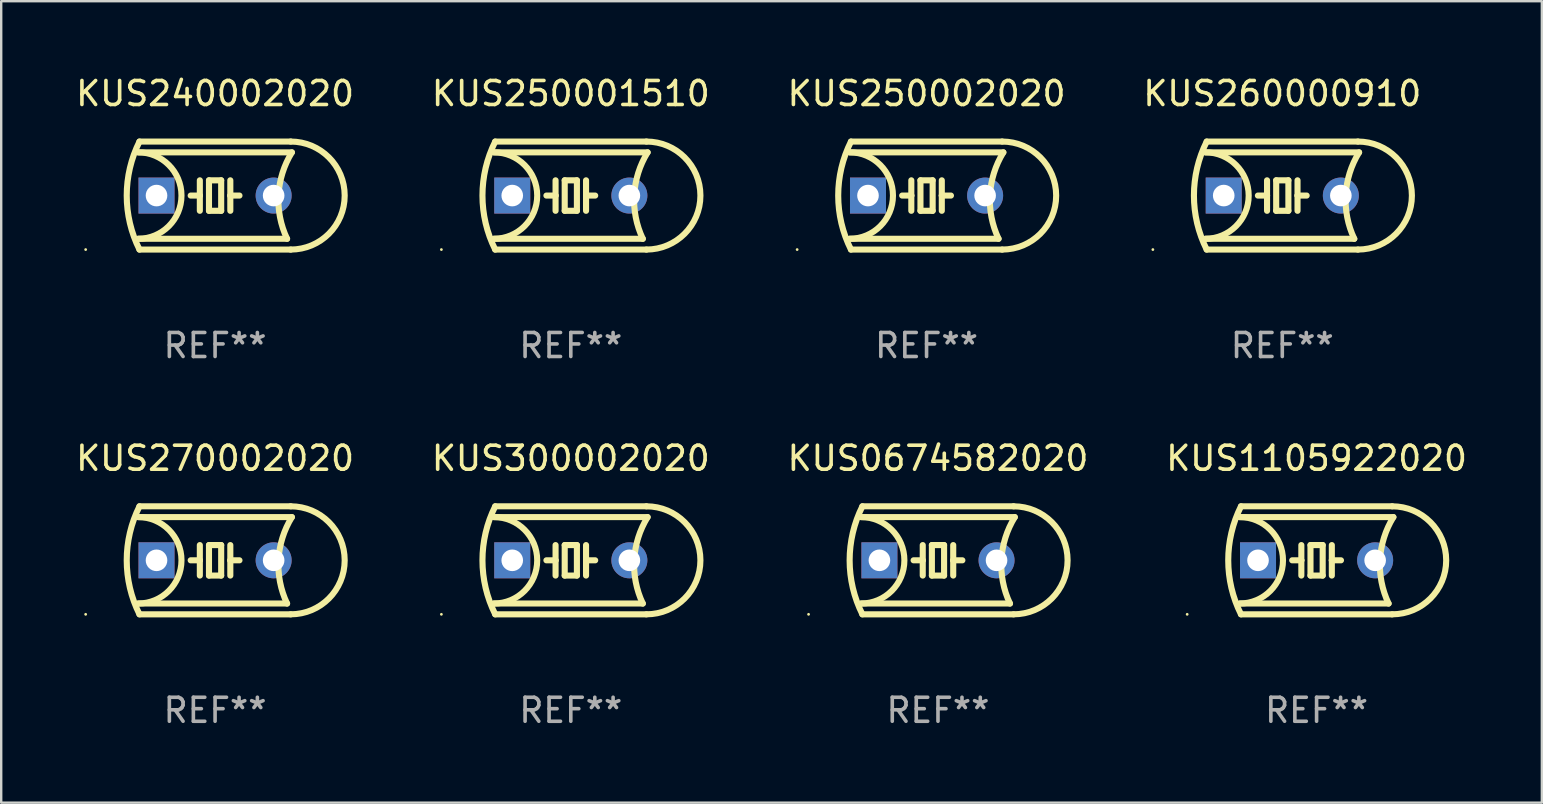
<source format=kicad_pcb>
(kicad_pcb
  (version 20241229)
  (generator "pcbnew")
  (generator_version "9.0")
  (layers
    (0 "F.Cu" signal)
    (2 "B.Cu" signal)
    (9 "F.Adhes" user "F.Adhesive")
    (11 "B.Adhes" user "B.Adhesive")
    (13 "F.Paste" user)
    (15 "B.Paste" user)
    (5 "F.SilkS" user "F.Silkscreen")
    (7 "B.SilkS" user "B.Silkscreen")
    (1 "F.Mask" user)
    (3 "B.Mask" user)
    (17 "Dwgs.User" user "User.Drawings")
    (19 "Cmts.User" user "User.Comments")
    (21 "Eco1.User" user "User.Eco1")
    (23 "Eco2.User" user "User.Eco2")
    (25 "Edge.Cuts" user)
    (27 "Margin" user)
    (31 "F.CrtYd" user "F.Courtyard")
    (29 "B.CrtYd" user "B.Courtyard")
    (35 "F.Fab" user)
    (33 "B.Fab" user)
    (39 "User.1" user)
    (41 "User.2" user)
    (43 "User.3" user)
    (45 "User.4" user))
  (footprint "KUS260000910"
    (layer "F.Cu")
    (at 50.375 5.098)
    (property "Reference" "KUS260000910" (at 0 -4.25 0) (layer "F.SilkS") (effects (font (size 1 1) (thickness 0.15))))
    (attr through_hole)
    (fp_line (start -3.2 -1.8) (end 3.2 -1.8) (stroke (width 0.254) (type solid)) (layer "F.SilkS"))
    (fp_line (start -3.15 2.25) (end 3.15 2.25) (stroke (width 0.254) (type solid)) (layer "F.SilkS"))
    (fp_line (start -0.635 -0.635) (end -0.635 0) (stroke (width 0.254) (type solid)) (layer "F.SilkS"))
    (fp_line (start -0.635 0) (end -1.016 0) (stroke (width 0.254) (type solid)) (layer "F.SilkS"))
    (fp_line (start -0.635 0) (end -0.635 0.635) (stroke (width 0.254) (type solid)) (layer "F.SilkS"))
    (fp_line (start -0.254 -0.635) (end -0.254 0.635) (stroke (width 0.254) (type solid)) (layer "F.SilkS"))
    (fp_line (start -0.254 0.635) (end 0.254 0.635) (stroke (width 0.254) (type solid)) (layer "F.SilkS"))
    (fp_line (start 0.254 -0.635) (end -0.254 -0.635) (stroke (width 0.254) (type solid)) (layer "F.SilkS"))
    (fp_line (start 0.254 0.635) (end 0.254 -0.635) (stroke (width 0.254) (type solid)) (layer "F.SilkS"))
    (fp_line (start 0.635 -0.635) (end 0.635 0) (stroke (width 0.254) (type solid)) (layer "F.SilkS"))
    (fp_line (start 0.635 0) (end 0.635 0.635) (stroke (width 0.254) (type solid)) (layer "F.SilkS"))
    (fp_line (start 0.635 0) (end 1.016 0) (stroke (width 0.254) (type solid)) (layer "F.SilkS"))
    (fp_line (start 3 1.8) (end -3.2 1.8) (stroke (width 0.254) (type solid)) (layer "F.SilkS"))
    (fp_line (start 3.15 -2.25) (end -3.15 -2.25) (stroke (width 0.254) (type solid)) (layer "F.SilkS"))
    (fp_arc (start -3.200406 -1.800864) (mid -1.399974 -0.000635) (end -3.2 1.8) (stroke (width 0.254001) (type solid)) (layer "F.SilkS"))
    (fp_arc (start -3.149606 2.250444) (mid -3.680941 0.000261) (end -3.149987 -2.250013) (stroke (width 0.254001) (type solid)) (layer "F.SilkS"))
    (fp_arc (start 2.999746 1.800863) (mid 2.642982 -0.024977) (end 3.2 -1.8) (stroke (width 0.254001) (type solid)) (layer "F.SilkS"))
    (fp_arc (start 3.149607 -2.250445) (mid 5.399848 -0.000406) (end 3.149987 2.250013) (stroke (width 0.254001) (type solid)) (layer "F.SilkS"))
    (fp_circle (center -5.392 2.25) (end -5.362 2.25) (stroke (width 0.06) (type solid)) (fill no) (layer "F.SilkS"))
    (fp_text user "REF**" (at 0 6.25 0) (layer "F.Fab") (effects (font (size 1 1) (thickness 0.15))))
    (pad "1" thru_hole rect (at -2.44 0) (size 1.5 1.5) (drill 0.9) (layers "*.Cu" "*.Mask"))
    (pad "2" thru_hole circle (at 2.44 0) (size 1.5 1.5) (drill 0.9) (layers "*.Cu" "*.Mask")))
  (footprint "KUS0674582020"
    (layer "F.Cu")
    (at 36.03 20.295)
    (property "Reference" "KUS0674582020" (at 0 -4.25 0) (layer "F.SilkS") (effects (font (size 1 1) (thickness 0.15))))
    (attr through_hole)
    (fp_line (start -3.2 -1.8) (end 3.2 -1.8) (stroke (width 0.254) (type solid)) (layer "F.SilkS"))
    (fp_line (start -3.15 2.25) (end 3.15 2.25) (stroke (width 0.254) (type solid)) (layer "F.SilkS"))
    (fp_line (start -0.635 -0.635) (end -0.635 0) (stroke (width 0.254) (type solid)) (layer "F.SilkS"))
    (fp_line (start -0.635 0) (end -1.016 0) (stroke (width 0.254) (type solid)) (layer "F.SilkS"))
    (fp_line (start -0.635 0) (end -0.635 0.635) (stroke (width 0.254) (type solid)) (layer "F.SilkS"))
    (fp_line (start -0.254 -0.635) (end -0.254 0.635) (stroke (width 0.254) (type solid)) (layer "F.SilkS"))
    (fp_line (start -0.254 0.635) (end 0.254 0.635) (stroke (width 0.254) (type solid)) (layer "F.SilkS"))
    (fp_line (start 0.254 -0.635) (end -0.254 -0.635) (stroke (width 0.254) (type solid)) (layer "F.SilkS"))
    (fp_line (start 0.254 0.635) (end 0.254 -0.635) (stroke (width 0.254) (type solid)) (layer "F.SilkS"))
    (fp_line (start 0.635 -0.635) (end 0.635 0) (stroke (width 0.254) (type solid)) (layer "F.SilkS"))
    (fp_line (start 0.635 0) (end 0.635 0.635) (stroke (width 0.254) (type solid)) (layer "F.SilkS"))
    (fp_line (start 0.635 0) (end 1.016 0) (stroke (width 0.254) (type solid)) (layer "F.SilkS"))
    (fp_line (start 3 1.8) (end -3.2 1.8) (stroke (width 0.254) (type solid)) (layer "F.SilkS"))
    (fp_line (start 3.15 -2.25) (end -3.15 -2.25) (stroke (width 0.254) (type solid)) (layer "F.SilkS"))
    (fp_arc (start -3.200406 -1.800864) (mid -1.399974 -0.000635) (end -3.2 1.8) (stroke (width 0.254001) (type solid)) (layer "F.SilkS"))
    (fp_arc (start -3.149606 2.250444) (mid -3.680941 0.000261) (end -3.149987 -2.250013) (stroke (width 0.254001) (type solid)) (layer "F.SilkS"))
    (fp_arc (start 2.999746 1.800863) (mid 2.642982 -0.024977) (end 3.2 -1.8) (stroke (width 0.254001) (type solid)) (layer "F.SilkS"))
    (fp_arc (start 3.149607 -2.250445) (mid 5.399848 -0.000406) (end 3.149987 2.250013) (stroke (width 0.254001) (type solid)) (layer "F.SilkS"))
    (fp_circle (center -5.392 2.25) (end -5.362 2.25) (stroke (width 0.06) (type solid)) (fill no) (layer "F.SilkS"))
    (fp_text user "REF**" (at 0 6.25 0) (layer "F.Fab") (effects (font (size 1 1) (thickness 0.15))))
    (pad "1" thru_hole rect (at -2.44 0) (size 1.5 1.5) (drill 0.9) (layers "*.Cu" "*.Mask"))
    (pad "2" thru_hole circle (at 2.44 0) (size 1.5 1.5) (drill 0.9) (layers "*.Cu" "*.Mask")))
  (footprint "KUS240002020"
    (layer "F.Cu")
    (at 5.911 5.098)
    (property "Reference" "KUS240002020" (at 0 -4.25 0) (layer "F.SilkS") (effects (font (size 1 1) (thickness 0.15))))
    (attr through_hole)
    (fp_line (start -3.2 -1.8) (end 3.2 -1.8) (stroke (width 0.254) (type solid)) (layer "F.SilkS"))
    (fp_line (start -3.15 2.25) (end 3.15 2.25) (stroke (width 0.254) (type solid)) (layer "F.SilkS"))
    (fp_line (start -0.635 -0.635) (end -0.635 0) (stroke (width 0.254) (type solid)) (layer "F.SilkS"))
    (fp_line (start -0.635 0) (end -1.016 0) (stroke (width 0.254) (type solid)) (layer "F.SilkS"))
    (fp_line (start -0.635 0) (end -0.635 0.635) (stroke (width 0.254) (type solid)) (layer "F.SilkS"))
    (fp_line (start -0.254 -0.635) (end -0.254 0.635) (stroke (width 0.254) (type solid)) (layer "F.SilkS"))
    (fp_line (start -0.254 0.635) (end 0.254 0.635) (stroke (width 0.254) (type solid)) (layer "F.SilkS"))
    (fp_line (start 0.254 -0.635) (end -0.254 -0.635) (stroke (width 0.254) (type solid)) (layer "F.SilkS"))
    (fp_line (start 0.254 0.635) (end 0.254 -0.635) (stroke (width 0.254) (type solid)) (layer "F.SilkS"))
    (fp_line (start 0.635 -0.635) (end 0.635 0) (stroke (width 0.254) (type solid)) (layer "F.SilkS"))
    (fp_line (start 0.635 0) (end 0.635 0.635) (stroke (width 0.254) (type solid)) (layer "F.SilkS"))
    (fp_line (start 0.635 0) (end 1.016 0) (stroke (width 0.254) (type solid)) (layer "F.SilkS"))
    (fp_line (start 3 1.8) (end -3.2 1.8) (stroke (width 0.254) (type solid)) (layer "F.SilkS"))
    (fp_line (start 3.15 -2.25) (end -3.15 -2.25) (stroke (width 0.254) (type solid)) (layer "F.SilkS"))
    (fp_arc (start -3.200406 -1.800864) (mid -1.399974 -0.000635) (end -3.2 1.8) (stroke (width 0.254001) (type solid)) (layer "F.SilkS"))
    (fp_arc (start -3.149606 2.250444) (mid -3.680941 0.000261) (end -3.149987 -2.250013) (stroke (width 0.254001) (type solid)) (layer "F.SilkS"))
    (fp_arc (start 2.999746 1.800863) (mid 2.642982 -0.024977) (end 3.2 -1.8) (stroke (width 0.254001) (type solid)) (layer "F.SilkS"))
    (fp_arc (start 3.149607 -2.250445) (mid 5.399848 -0.000406) (end 3.149987 2.250013) (stroke (width 0.254001) (type solid)) (layer "F.SilkS"))
    (fp_circle (center -5.392 2.25) (end -5.362 2.25) (stroke (width 0.06) (type solid)) (fill no) (layer "F.SilkS"))
    (fp_text user "REF**" (at 0 6.25 0) (layer "F.Fab") (effects (font (size 1 1) (thickness 0.15))))
    (pad "1" thru_hole rect (at -2.44 0) (size 1.5 1.5) (drill 0.9) (layers "*.Cu" "*.Mask"))
    (pad "2" thru_hole circle (at 2.44 0) (size 1.5 1.5) (drill 0.9) (layers "*.Cu" "*.Mask")))
  (footprint "KUS300002020"
    (layer "F.Cu")
    (at 20.732 20.295)
    (property "Reference" "KUS300002020" (at 0 -4.25 0) (layer "F.SilkS") (effects (font (size 1 1) (thickness 0.15))))
    (attr through_hole)
    (fp_line (start -3.2 -1.8) (end 3.2 -1.8) (stroke (width 0.254) (type solid)) (layer "F.SilkS"))
    (fp_line (start -3.15 2.25) (end 3.15 2.25) (stroke (width 0.254) (type solid)) (layer "F.SilkS"))
    (fp_line (start -0.635 -0.635) (end -0.635 0) (stroke (width 0.254) (type solid)) (layer "F.SilkS"))
    (fp_line (start -0.635 0) (end -1.016 0) (stroke (width 0.254) (type solid)) (layer "F.SilkS"))
    (fp_line (start -0.635 0) (end -0.635 0.635) (stroke (width 0.254) (type solid)) (layer "F.SilkS"))
    (fp_line (start -0.254 -0.635) (end -0.254 0.635) (stroke (width 0.254) (type solid)) (layer "F.SilkS"))
    (fp_line (start -0.254 0.635) (end 0.254 0.635) (stroke (width 0.254) (type solid)) (layer "F.SilkS"))
    (fp_line (start 0.254 -0.635) (end -0.254 -0.635) (stroke (width 0.254) (type solid)) (layer "F.SilkS"))
    (fp_line (start 0.254 0.635) (end 0.254 -0.635) (stroke (width 0.254) (type solid)) (layer "F.SilkS"))
    (fp_line (start 0.635 -0.635) (end 0.635 0) (stroke (width 0.254) (type solid)) (layer "F.SilkS"))
    (fp_line (start 0.635 0) (end 0.635 0.635) (stroke (width 0.254) (type solid)) (layer "F.SilkS"))
    (fp_line (start 0.635 0) (end 1.016 0) (stroke (width 0.254) (type solid)) (layer "F.SilkS"))
    (fp_line (start 3 1.8) (end -3.2 1.8) (stroke (width 0.254) (type solid)) (layer "F.SilkS"))
    (fp_line (start 3.15 -2.25) (end -3.15 -2.25) (stroke (width 0.254) (type solid)) (layer "F.SilkS"))
    (fp_arc (start -3.200406 -1.800864) (mid -1.399974 -0.000635) (end -3.2 1.8) (stroke (width 0.254001) (type solid)) (layer "F.SilkS"))
    (fp_arc (start -3.149606 2.250444) (mid -3.680941 0.000261) (end -3.149987 -2.250013) (stroke (width 0.254001) (type solid)) (layer "F.SilkS"))
    (fp_arc (start 2.999746 1.800863) (mid 2.642982 -0.024977) (end 3.2 -1.8) (stroke (width 0.254001) (type solid)) (layer "F.SilkS"))
    (fp_arc (start 3.149607 -2.250445) (mid 5.399848 -0.000406) (end 3.149987 2.250013) (stroke (width 0.254001) (type solid)) (layer "F.SilkS"))
    (fp_circle (center -5.392 2.25) (end -5.362 2.25) (stroke (width 0.06) (type solid)) (fill no) (layer "F.SilkS"))
    (fp_text user "REF**" (at 0 6.25 0) (layer "F.Fab") (effects (font (size 1 1) (thickness 0.15))))
    (pad "1" thru_hole rect (at -2.44 0) (size 1.5 1.5) (drill 0.9) (layers "*.Cu" "*.Mask"))
    (pad "2" thru_hole circle (at 2.44 0) (size 1.5 1.5) (drill 0.9) (layers "*.Cu" "*.Mask")))
  (footprint "KUS270002020"
    (layer "F.Cu")
    (at 5.911 20.295)
    (property "Reference" "KUS270002020" (at 0 -4.25 0) (layer "F.SilkS") (effects (font (size 1 1) (thickness 0.15))))
    (attr through_hole)
    (fp_line (start -3.2 -1.8) (end 3.2 -1.8) (stroke (width 0.254) (type solid)) (layer "F.SilkS"))
    (fp_line (start -3.15 2.25) (end 3.15 2.25) (stroke (width 0.254) (type solid)) (layer "F.SilkS"))
    (fp_line (start -0.635 -0.635) (end -0.635 0) (stroke (width 0.254) (type solid)) (layer "F.SilkS"))
    (fp_line (start -0.635 0) (end -1.016 0) (stroke (width 0.254) (type solid)) (layer "F.SilkS"))
    (fp_line (start -0.635 0) (end -0.635 0.635) (stroke (width 0.254) (type solid)) (layer "F.SilkS"))
    (fp_line (start -0.254 -0.635) (end -0.254 0.635) (stroke (width 0.254) (type solid)) (layer "F.SilkS"))
    (fp_line (start -0.254 0.635) (end 0.254 0.635) (stroke (width 0.254) (type solid)) (layer "F.SilkS"))
    (fp_line (start 0.254 -0.635) (end -0.254 -0.635) (stroke (width 0.254) (type solid)) (layer "F.SilkS"))
    (fp_line (start 0.254 0.635) (end 0.254 -0.635) (stroke (width 0.254) (type solid)) (layer "F.SilkS"))
    (fp_line (start 0.635 -0.635) (end 0.635 0) (stroke (width 0.254) (type solid)) (layer "F.SilkS"))
    (fp_line (start 0.635 0) (end 0.635 0.635) (stroke (width 0.254) (type solid)) (layer "F.SilkS"))
    (fp_line (start 0.635 0) (end 1.016 0) (stroke (width 0.254) (type solid)) (layer "F.SilkS"))
    (fp_line (start 3 1.8) (end -3.2 1.8) (stroke (width 0.254) (type solid)) (layer "F.SilkS"))
    (fp_line (start 3.15 -2.25) (end -3.15 -2.25) (stroke (width 0.254) (type solid)) (layer "F.SilkS"))
    (fp_arc (start -3.200406 -1.800864) (mid -1.399974 -0.000635) (end -3.2 1.8) (stroke (width 0.254001) (type solid)) (layer "F.SilkS"))
    (fp_arc (start -3.149606 2.250444) (mid -3.680941 0.000261) (end -3.149987 -2.250013) (stroke (width 0.254001) (type solid)) (layer "F.SilkS"))
    (fp_arc (start 2.999746 1.800863) (mid 2.642982 -0.024977) (end 3.2 -1.8) (stroke (width 0.254001) (type solid)) (layer "F.SilkS"))
    (fp_arc (start 3.149607 -2.250445) (mid 5.399848 -0.000406) (end 3.149987 2.250013) (stroke (width 0.254001) (type solid)) (layer "F.SilkS"))
    (fp_circle (center -5.392 2.25) (end -5.362 2.25) (stroke (width 0.06) (type solid)) (fill no) (layer "F.SilkS"))
    (fp_text user "REF**" (at 0 6.25 0) (layer "F.Fab") (effects (font (size 1 1) (thickness 0.15))))
    (pad "1" thru_hole rect (at -2.44 0) (size 1.5 1.5) (drill 0.9) (layers "*.Cu" "*.Mask"))
    (pad "2" thru_hole circle (at 2.44 0) (size 1.5 1.5) (drill 0.9) (layers "*.Cu" "*.Mask")))
  (footprint "KUS1105922020"
    (layer "F.Cu")
    (at 51.804 20.295)
    (property "Reference" "KUS1105922020" (at 0 -4.25 0) (layer "F.SilkS") (effects (font (size 1 1) (thickness 0.15))))
    (attr through_hole)
    (fp_line (start -3.2 -1.8) (end 3.2 -1.8) (stroke (width 0.254) (type solid)) (layer "F.SilkS"))
    (fp_line (start -3.15 2.25) (end 3.15 2.25) (stroke (width 0.254) (type solid)) (layer "F.SilkS"))
    (fp_line (start -0.635 -0.635) (end -0.635 0) (stroke (width 0.254) (type solid)) (layer "F.SilkS"))
    (fp_line (start -0.635 0) (end -1.016 0) (stroke (width 0.254) (type solid)) (layer "F.SilkS"))
    (fp_line (start -0.635 0) (end -0.635 0.635) (stroke (width 0.254) (type solid)) (layer "F.SilkS"))
    (fp_line (start -0.254 -0.635) (end -0.254 0.635) (stroke (width 0.254) (type solid)) (layer "F.SilkS"))
    (fp_line (start -0.254 0.635) (end 0.254 0.635) (stroke (width 0.254) (type solid)) (layer "F.SilkS"))
    (fp_line (start 0.254 -0.635) (end -0.254 -0.635) (stroke (width 0.254) (type solid)) (layer "F.SilkS"))
    (fp_line (start 0.254 0.635) (end 0.254 -0.635) (stroke (width 0.254) (type solid)) (layer "F.SilkS"))
    (fp_line (start 0.635 -0.635) (end 0.635 0) (stroke (width 0.254) (type solid)) (layer "F.SilkS"))
    (fp_line (start 0.635 0) (end 0.635 0.635) (stroke (width 0.254) (type solid)) (layer "F.SilkS"))
    (fp_line (start 0.635 0) (end 1.016 0) (stroke (width 0.254) (type solid)) (layer "F.SilkS"))
    (fp_line (start 3 1.8) (end -3.2 1.8) (stroke (width 0.254) (type solid)) (layer "F.SilkS"))
    (fp_line (start 3.15 -2.25) (end -3.15 -2.25) (stroke (width 0.254) (type solid)) (layer "F.SilkS"))
    (fp_arc (start -3.200406 -1.800864) (mid -1.399974 -0.000635) (end -3.2 1.8) (stroke (width 0.254001) (type solid)) (layer "F.SilkS"))
    (fp_arc (start -3.149606 2.250444) (mid -3.680941 0.000261) (end -3.149987 -2.250013) (stroke (width 0.254001) (type solid)) (layer "F.SilkS"))
    (fp_arc (start 2.999746 1.800863) (mid 2.642982 -0.024977) (end 3.2 -1.8) (stroke (width 0.254001) (type solid)) (layer "F.SilkS"))
    (fp_arc (start 3.149607 -2.250445) (mid 5.399848 -0.000406) (end 3.149987 2.250013) (stroke (width 0.254001) (type solid)) (layer "F.SilkS"))
    (fp_circle (center -5.392 2.25) (end -5.362 2.25) (stroke (width 0.06) (type solid)) (fill no) (layer "F.SilkS"))
    (fp_text user "REF**" (at 0 6.25 0) (layer "F.Fab") (effects (font (size 1 1) (thickness 0.15))))
    (pad "1" thru_hole rect (at -2.44 0) (size 1.5 1.5) (drill 0.9) (layers "*.Cu" "*.Mask"))
    (pad "2" thru_hole circle (at 2.44 0) (size 1.5 1.5) (drill 0.9) (layers "*.Cu" "*.Mask")))
  (footprint "KUS250001510"
    (layer "F.Cu")
    (at 20.732 5.098)
    (property "Reference" "KUS250001510" (at 0 -4.25 0) (layer "F.SilkS") (effects (font (size 1 1) (thickness 0.15))))
    (attr through_hole)
    (fp_line (start -3.2 -1.8) (end 3.2 -1.8) (stroke (width 0.254) (type solid)) (layer "F.SilkS"))
    (fp_line (start -3.15 2.25) (end 3.15 2.25) (stroke (width 0.254) (type solid)) (layer "F.SilkS"))
    (fp_line (start -0.635 -0.635) (end -0.635 0) (stroke (width 0.254) (type solid)) (layer "F.SilkS"))
    (fp_line (start -0.635 0) (end -1.016 0) (stroke (width 0.254) (type solid)) (layer "F.SilkS"))
    (fp_line (start -0.635 0) (end -0.635 0.635) (stroke (width 0.254) (type solid)) (layer "F.SilkS"))
    (fp_line (start -0.254 -0.635) (end -0.254 0.635) (stroke (width 0.254) (type solid)) (layer "F.SilkS"))
    (fp_line (start -0.254 0.635) (end 0.254 0.635) (stroke (width 0.254) (type solid)) (layer "F.SilkS"))
    (fp_line (start 0.254 -0.635) (end -0.254 -0.635) (stroke (width 0.254) (type solid)) (layer "F.SilkS"))
    (fp_line (start 0.254 0.635) (end 0.254 -0.635) (stroke (width 0.254) (type solid)) (layer "F.SilkS"))
    (fp_line (start 0.635 -0.635) (end 0.635 0) (stroke (width 0.254) (type solid)) (layer "F.SilkS"))
    (fp_line (start 0.635 0) (end 0.635 0.635) (stroke (width 0.254) (type solid)) (layer "F.SilkS"))
    (fp_line (start 0.635 0) (end 1.016 0) (stroke (width 0.254) (type solid)) (layer "F.SilkS"))
    (fp_line (start 3 1.8) (end -3.2 1.8) (stroke (width 0.254) (type solid)) (layer "F.SilkS"))
    (fp_line (start 3.15 -2.25) (end -3.15 -2.25) (stroke (width 0.254) (type solid)) (layer "F.SilkS"))
    (fp_arc (start -3.200406 -1.800864) (mid -1.399974 -0.000635) (end -3.2 1.8) (stroke (width 0.254001) (type solid)) (layer "F.SilkS"))
    (fp_arc (start -3.149606 2.250444) (mid -3.680941 0.000261) (end -3.149987 -2.250013) (stroke (width 0.254001) (type solid)) (layer "F.SilkS"))
    (fp_arc (start 2.999746 1.800863) (mid 2.642982 -0.024977) (end 3.2 -1.8) (stroke (width 0.254001) (type solid)) (layer "F.SilkS"))
    (fp_arc (start 3.149607 -2.250445) (mid 5.399848 -0.000406) (end 3.149987 2.250013) (stroke (width 0.254001) (type solid)) (layer "F.SilkS"))
    (fp_circle (center -5.392 2.25) (end -5.362 2.25) (stroke (width 0.06) (type solid)) (fill no) (layer "F.SilkS"))
    (fp_text user "REF**" (at 0 6.25 0) (layer "F.Fab") (effects (font (size 1 1) (thickness 0.15))))
    (pad "1" thru_hole rect (at -2.44 0) (size 1.5 1.5) (drill 0.9) (layers "*.Cu" "*.Mask"))
    (pad "2" thru_hole circle (at 2.44 0) (size 1.5 1.5) (drill 0.9) (layers "*.Cu" "*.Mask")))
  (footprint "KUS250002020"
    (layer "F.Cu")
    (at 35.554 5.098)
    (property "Reference" "KUS250002020" (at 0 -4.25 0) (layer "F.SilkS") (effects (font (size 1 1) (thickness 0.15))))
    (attr through_hole)
    (fp_line (start -3.2 -1.8) (end 3.2 -1.8) (stroke (width 0.254) (type solid)) (layer "F.SilkS"))
    (fp_line (start -3.15 2.25) (end 3.15 2.25) (stroke (width 0.254) (type solid)) (layer "F.SilkS"))
    (fp_line (start -0.635 -0.635) (end -0.635 0) (stroke (width 0.254) (type solid)) (layer "F.SilkS"))
    (fp_line (start -0.635 0) (end -1.016 0) (stroke (width 0.254) (type solid)) (layer "F.SilkS"))
    (fp_line (start -0.635 0) (end -0.635 0.635) (stroke (width 0.254) (type solid)) (layer "F.SilkS"))
    (fp_line (start -0.254 -0.635) (end -0.254 0.635) (stroke (width 0.254) (type solid)) (layer "F.SilkS"))
    (fp_line (start -0.254 0.635) (end 0.254 0.635) (stroke (width 0.254) (type solid)) (layer "F.SilkS"))
    (fp_line (start 0.254 -0.635) (end -0.254 -0.635) (stroke (width 0.254) (type solid)) (layer "F.SilkS"))
    (fp_line (start 0.254 0.635) (end 0.254 -0.635) (stroke (width 0.254) (type solid)) (layer "F.SilkS"))
    (fp_line (start 0.635 -0.635) (end 0.635 0) (stroke (width 0.254) (type solid)) (layer "F.SilkS"))
    (fp_line (start 0.635 0) (end 0.635 0.635) (stroke (width 0.254) (type solid)) (layer "F.SilkS"))
    (fp_line (start 0.635 0) (end 1.016 0) (stroke (width 0.254) (type solid)) (layer "F.SilkS"))
    (fp_line (start 3 1.8) (end -3.2 1.8) (stroke (width 0.254) (type solid)) (layer "F.SilkS"))
    (fp_line (start 3.15 -2.25) (end -3.15 -2.25) (stroke (width 0.254) (type solid)) (layer "F.SilkS"))
    (fp_arc (start -3.200406 -1.800864) (mid -1.399974 -0.000635) (end -3.2 1.8) (stroke (width 0.254001) (type solid)) (layer "F.SilkS"))
    (fp_arc (start -3.149606 2.250444) (mid -3.680941 0.000261) (end -3.149987 -2.250013) (stroke (width 0.254001) (type solid)) (layer "F.SilkS"))
    (fp_arc (start 2.999746 1.800863) (mid 2.642982 -0.024977) (end 3.2 -1.8) (stroke (width 0.254001) (type solid)) (layer "F.SilkS"))
    (fp_arc (start 3.149607 -2.250445) (mid 5.399848 -0.000406) (end 3.149987 2.250013) (stroke (width 0.254001) (type solid)) (layer "F.SilkS"))
    (fp_circle (center -5.392 2.25) (end -5.362 2.25) (stroke (width 0.06) (type solid)) (fill no) (layer "F.SilkS"))
    (fp_text user "REF**" (at 0 6.25 0) (layer "F.Fab") (effects (font (size 1 1) (thickness 0.15))))
    (pad "1" thru_hole rect (at -2.44 0) (size 1.5 1.5) (drill 0.9) (layers "*.Cu" "*.Mask"))
    (pad "2" thru_hole circle (at 2.44 0) (size 1.5 1.5) (drill 0.9) (layers "*.Cu" "*.Mask")))
  (gr_rect
    (start -3 -3)
    (end 61.19 30.393)
    (stroke (width 0.1) (type default))
    (fill no)
    (layer "Edge.Cuts")))
</source>
